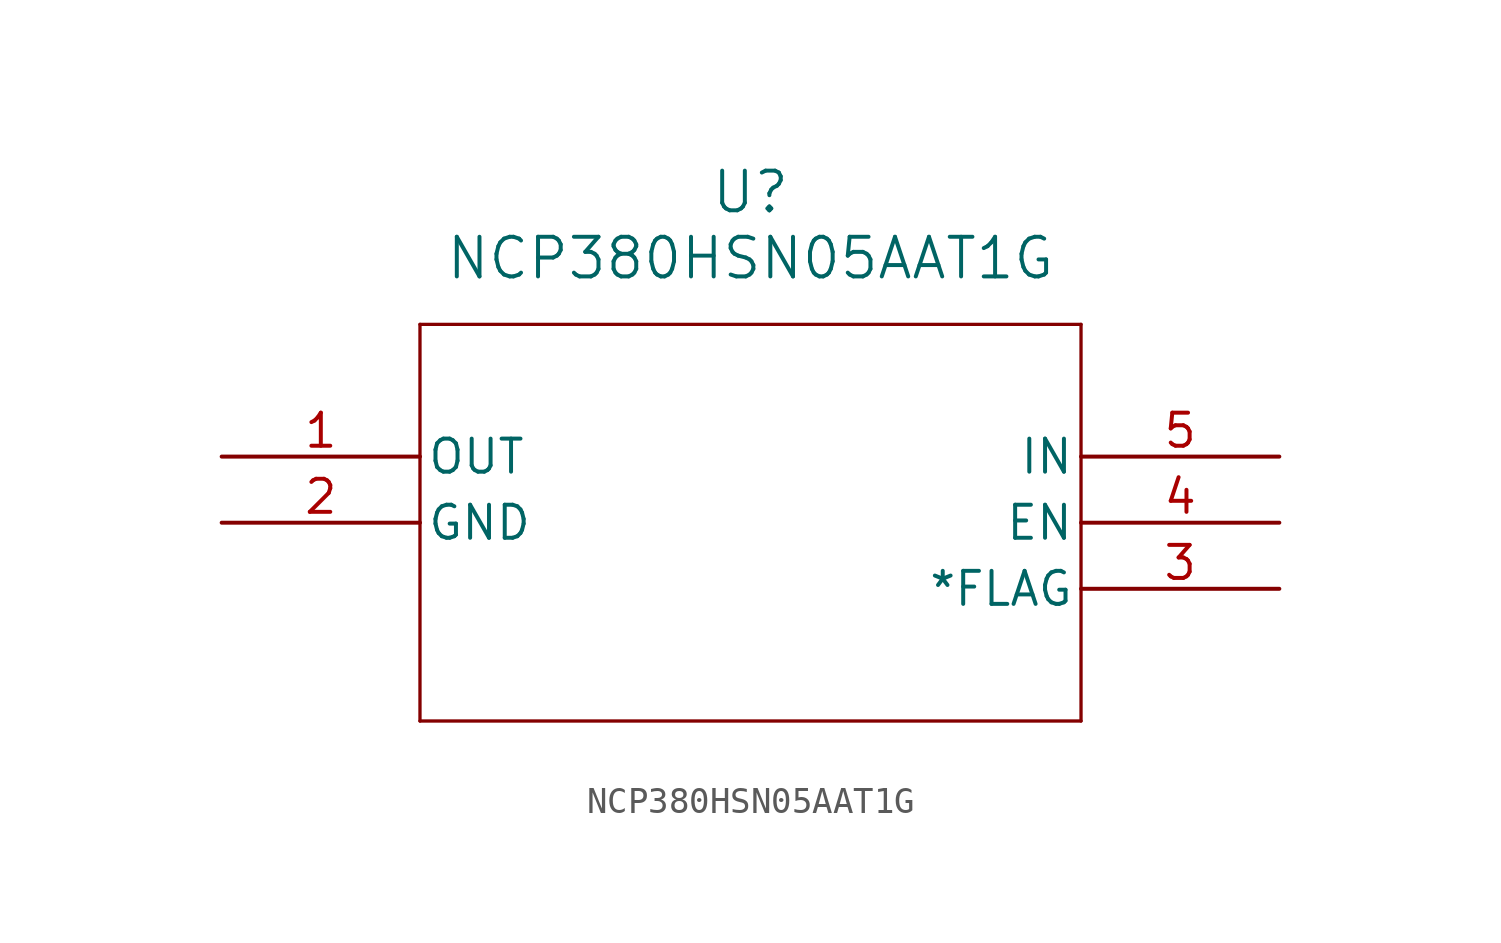
<source format=kicad_sym>
(kicad_symbol_lib
  (version 20211014)
  (generator kicad_symbol_editor)
  (symbol "NCP380HSN05AAT1G"
    (pin_names
      (offset 0.254))
    (property "Reference" "U"
      (at 20.32 10.16 0)
      (effects (font (size 1.524 1.524))))
    (property "Value" "NCP380HSN05AAT1G"
      (at 20.32 7.62 0)
      (effects (font (size 1.524 1.524))))
    (symbol "NCP380HSN05AAT1G_0_1"
      (polyline (pts (xy 7.62 5.08) (xy 7.62 -10.16)) (stroke (width 0.127) (type default) (color 0 0 0 0)) (fill (type none)))
      (polyline (pts (xy 7.62 -10.16) (xy 33.02 -10.16)) (stroke (width 0.127) (type default) (color 0 0 0 0)) (fill (type none)))
      (polyline (pts (xy 33.02 -10.16) (xy 33.02 5.08)) (stroke (width 0.127) (type default) (color 0 0 0 0)) (fill (type none)))
      (polyline (pts (xy 33.02 5.08) (xy 7.62 5.08)) (stroke (width 0.127) (type default) (color 0 0 0 0)) (fill (type none)))
      (pin output line (at 0 0 0) (length 7.62) (name "OUT" (effects (font (size 1.27 1.27)))) (number "1" (effects (font (size 1.27 1.27)))))
      (pin power_in line (at 0 -2.54 0) (length 7.62) (name "GND" (effects (font (size 1.27 1.27)))) (number "2" (effects (font (size 1.27 1.27)))))
      (pin output line (at 40.64 -5.08 180) (length 7.62) (name "*FLAG" (effects (font (size 1.27 1.27)))) (number "3" (effects (font (size 1.27 1.27)))))
      (pin input line (at 40.64 -2.54 180) (length 7.62) (name "EN" (effects (font (size 1.27 1.27)))) (number "4" (effects (font (size 1.27 1.27)))))
      (pin input line (at 40.64 0 180) (length 7.62) (name "IN" (effects (font (size 1.27 1.27)))) (number "5" (effects (font (size 1.27 1.27))))))))
</source>
